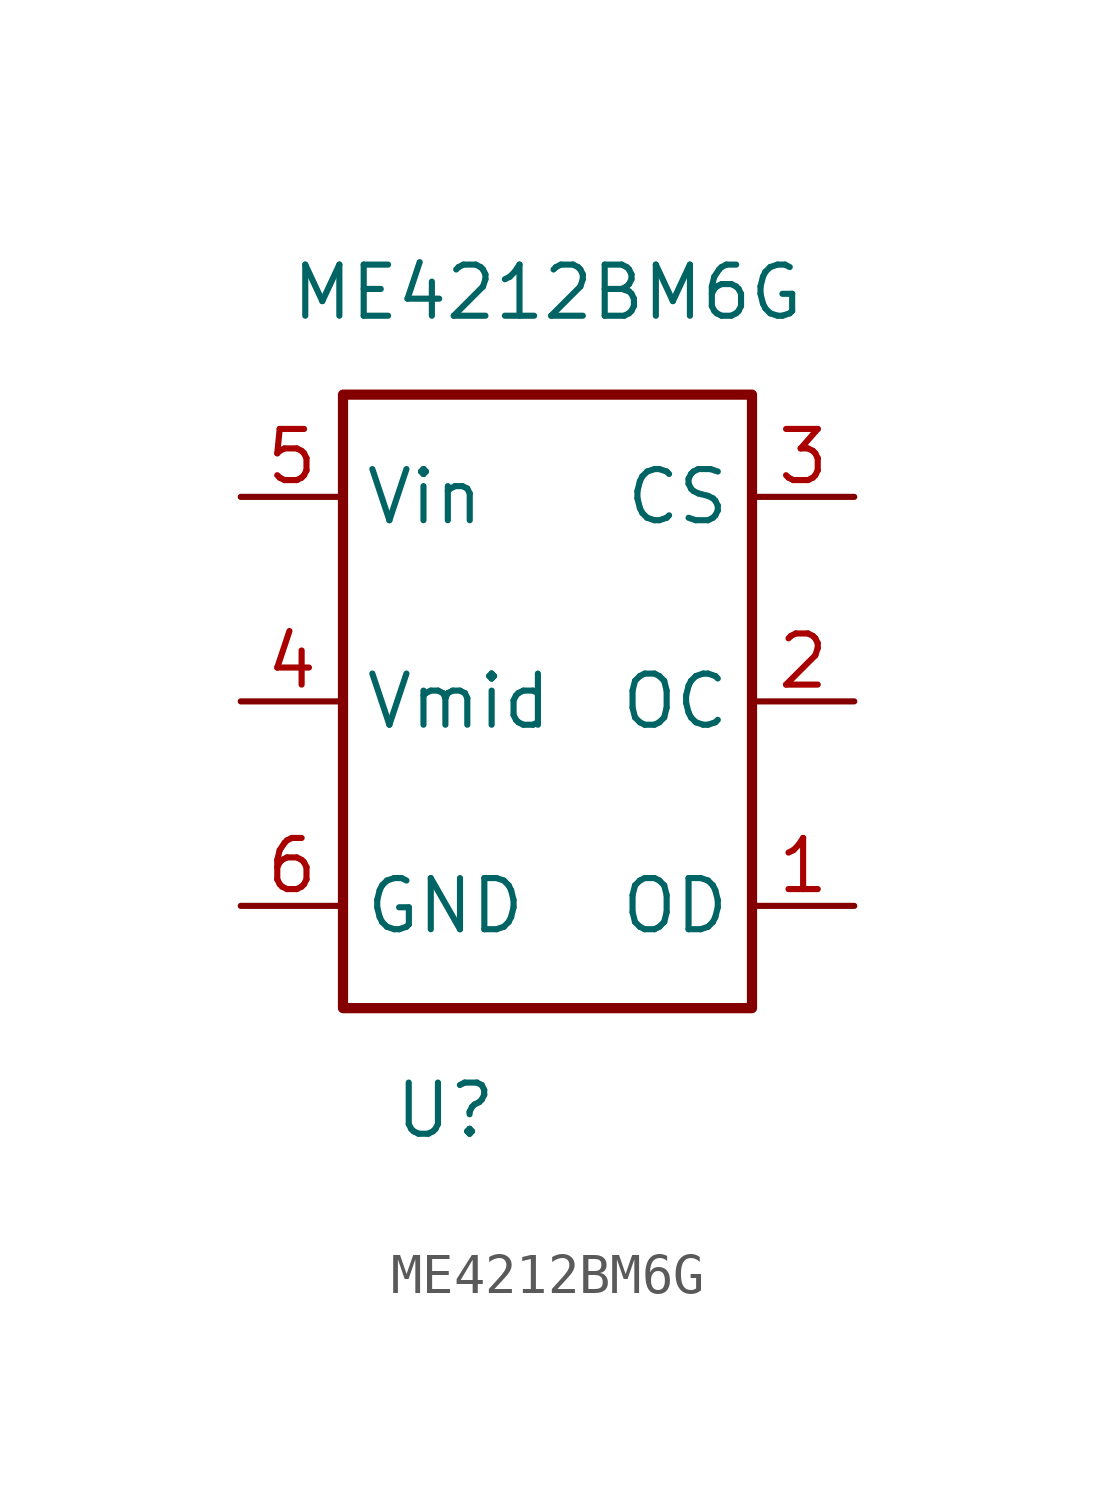
<source format=kicad_sym>
(kicad_symbol_lib
  (version 20220914)
  (generator kicad_symbol_editor)
  (symbol "ME4212BM6G"
    (property "Reference" "U"
      (at -2.54 -10.16 0)
      (effects (font (size 1.27 1.27))))
    (property "Value" "ME4212BM6G"
      (at 0 10.16 0)
      (effects (font (size 1.27 1.27))))
    (symbol "ME4212BM6G_1_1"
      (rectangle (start -5.08 7.62) (end 5.08 -7.62) (stroke (width 0.254) (type default)) (fill (type none)))
      (pin output line (at 7.62 -5.08 180) (length 2.54) (name "OD" (effects (font (size 1.27 1.27)))) (number "1" (effects (font (size 1.27 1.27)))))
      (pin output line (at 7.62 0 180) (length 2.54) (name "OC" (effects (font (size 1.27 1.27)))) (number "2" (effects (font (size 1.27 1.27)))))
      (pin passive line (at 7.62 5.08 180) (length 2.54) (name "CS" (effects (font (size 1.27 1.27)))) (number "3" (effects (font (size 1.27 1.27)))))
      (pin power_in line (at -7.62 0 0) (length 2.54) (name "Vmid" (effects (font (size 1.27 1.27)))) (number "4" (effects (font (size 1.27 1.27)))))
      (pin power_in line (at -7.62 5.08 0) (length 2.54) (name "Vin" (effects (font (size 1.27 1.27)))) (number "5" (effects (font (size 1.27 1.27)))))
      (pin power_in line (at -7.62 -5.08 0) (length 2.54) (name "GND" (effects (font (size 1.27 1.27)))) (number "6" (effects (font (size 1.27 1.27))))))))
</source>
